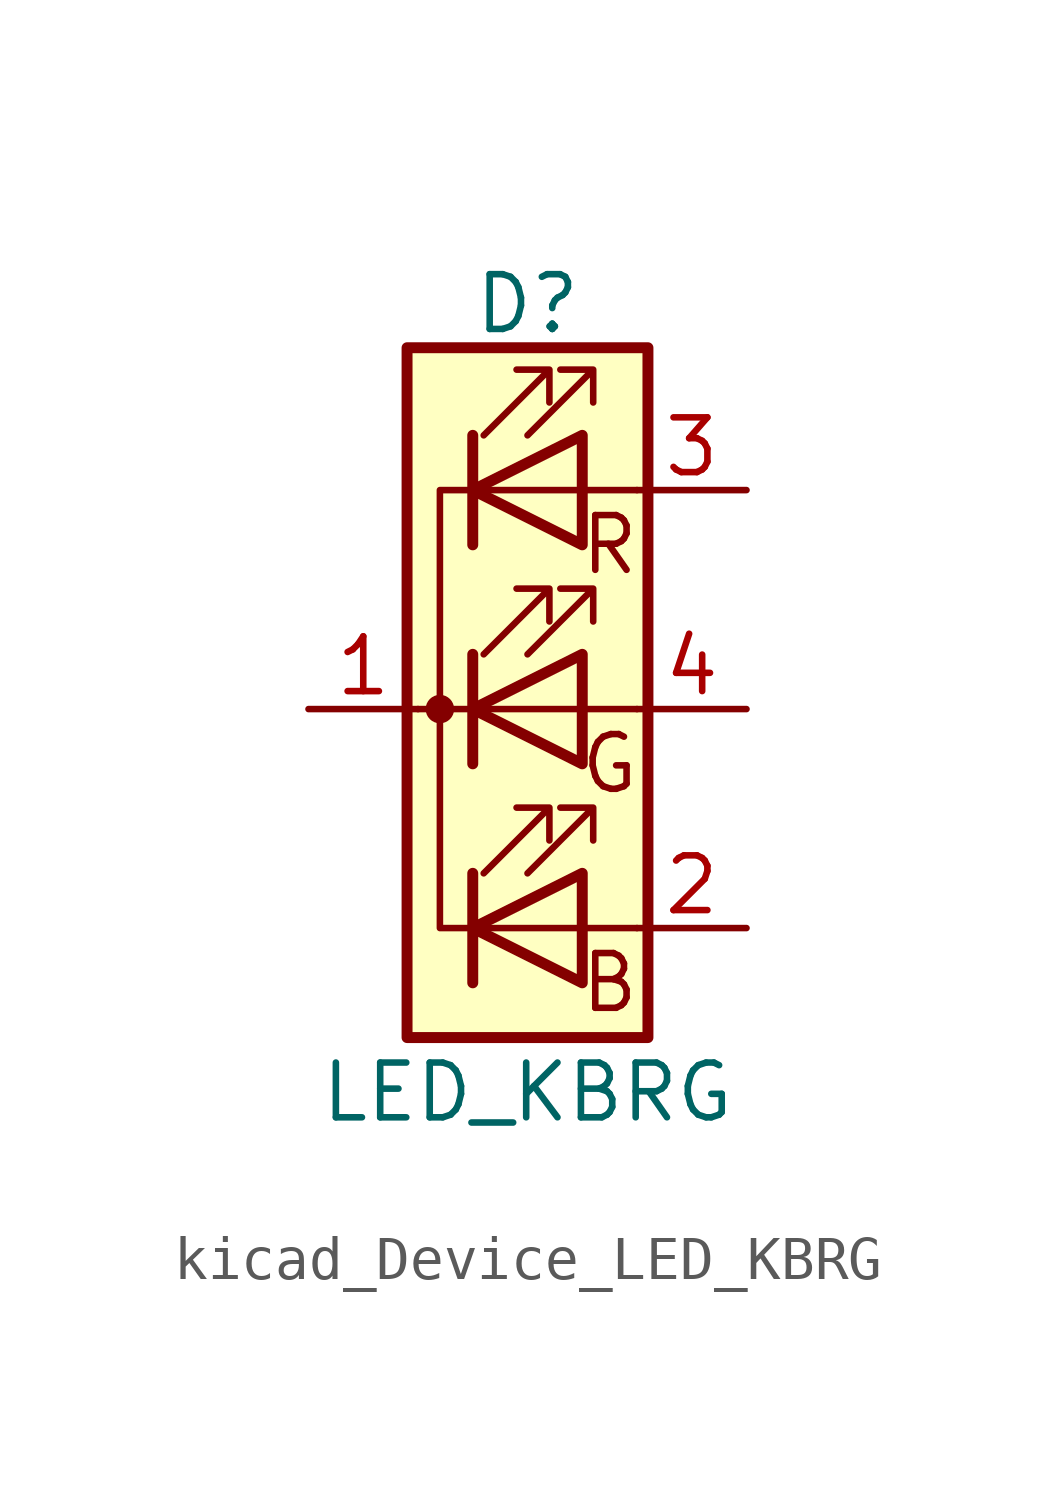
<source format=kicad_sym>
(kicad_symbol_lib
  (version 20220914)
  (generator kicad_symbol_editor)
  (symbol "kicad_Device_LED_KBRG"
    (pin_names
      (offset 0) hide)
    (property "Reference" "D"
      (at 0 9.398 0)
      (effects (font (size 1.27 1.27))))
    (property "Value" "LED_KBRG"
      (at 0 -8.89 0)
      (effects (font (size 1.27 1.27))))
    (symbol "kicad_Device_LED_KBRG_0_0"
      (text "B" (at 1.905 -6.35 0) (effects (font (size 1.27 1.27))))
      (text "G" (at 1.905 -1.27 0) (effects (font (size 1.27 1.27))))
      (text "R" (at 1.905 3.81 0) (effects (font (size 1.27 1.27)))))
    (symbol "kicad_Device_LED_KBRG_0_1"
      (circle (center -2.032 0) (radius 0.254) (stroke (width 0) (type default)) (fill (type outline)))
      (polyline (pts (xy -1.27 -5.08) (xy 1.27 -5.08)) (stroke (width 0) (type default)) (fill (type none)))
      (polyline (pts (xy -1.27 -3.81) (xy -1.27 -6.35)) (stroke (width 0.254) (type default)) (fill (type none)))
      (polyline (pts (xy -1.27 0) (xy -2.54 0)) (stroke (width 0) (type default)) (fill (type none)))
      (polyline (pts (xy -1.27 1.27) (xy -1.27 -1.27)) (stroke (width 0.254) (type default)) (fill (type none)))
      (polyline (pts (xy -1.27 5.08) (xy 1.27 5.08)) (stroke (width 0) (type default)) (fill (type none)))
      (polyline (pts (xy -1.27 6.35) (xy -1.27 3.81)) (stroke (width 0.254) (type default)) (fill (type none)))
      (polyline (pts (xy 1.27 -5.08) (xy 2.54 -5.08)) (stroke (width 0) (type default)) (fill (type none)))
      (polyline (pts (xy 1.27 0) (xy -1.27 0)) (stroke (width 0) (type default)) (fill (type none)))
      (polyline (pts (xy 1.27 0) (xy 2.54 0)) (stroke (width 0) (type default)) (fill (type none)))
      (polyline (pts (xy 1.27 5.08) (xy 2.54 5.08)) (stroke (width 0) (type default)) (fill (type none)))
      (polyline (pts (xy -1.27 1.27) (xy -1.27 -1.27) (xy -1.27 -1.27)) (stroke (width 0) (type default)) (fill (type none)))
      (polyline (pts (xy -1.27 6.35) (xy -1.27 3.81) (xy -1.27 3.81)) (stroke (width 0) (type default)) (fill (type none)))
      (polyline (pts (xy -1.27 5.08) (xy -2.032 5.08) (xy -2.032 -5.08) (xy -1.016 -5.08)) (stroke (width 0) (type default)) (fill (type none)))
      (polyline (pts (xy 1.27 -3.81) (xy 1.27 -6.35) (xy -1.27 -5.08) (xy 1.27 -3.81)) (stroke (width 0.254) (type default)) (fill (type none)))
      (polyline (pts (xy 1.27 1.27) (xy 1.27 -1.27) (xy -1.27 0) (xy 1.27 1.27)) (stroke (width 0.254) (type default)) (fill (type none)))
      (polyline (pts (xy 1.27 6.35) (xy 1.27 3.81) (xy -1.27 5.08) (xy 1.27 6.35)) (stroke (width 0.254) (type default)) (fill (type none)))
      (polyline (pts (xy -1.016 -3.81) (xy 0.508 -2.286) (xy -0.254 -2.286) (xy 0.508 -2.286) (xy 0.508 -3.048)) (stroke (width 0) (type default)) (fill (type none)))
      (polyline (pts (xy -1.016 1.27) (xy 0.508 2.794) (xy -0.254 2.794) (xy 0.508 2.794) (xy 0.508 2.032)) (stroke (width 0) (type default)) (fill (type none)))
      (polyline (pts (xy -1.016 6.35) (xy 0.508 7.874) (xy -0.254 7.874) (xy 0.508 7.874) (xy 0.508 7.112)) (stroke (width 0) (type default)) (fill (type none)))
      (polyline (pts (xy 0 -3.81) (xy 1.524 -2.286) (xy 0.762 -2.286) (xy 1.524 -2.286) (xy 1.524 -3.048)) (stroke (width 0) (type default)) (fill (type none)))
      (polyline (pts (xy 0 1.27) (xy 1.524 2.794) (xy 0.762 2.794) (xy 1.524 2.794) (xy 1.524 2.032)) (stroke (width 0) (type default)) (fill (type none)))
      (polyline (pts (xy 0 6.35) (xy 1.524 7.874) (xy 0.762 7.874) (xy 1.524 7.874) (xy 1.524 7.112)) (stroke (width 0) (type default)) (fill (type none)))
      (rectangle (start 1.27 -1.27) (end 1.27 1.27) (stroke (width 0) (type default)) (fill (type none)))
      (rectangle (start 1.27 1.27) (end 1.27 1.27) (stroke (width 0) (type default)) (fill (type none)))
      (rectangle (start 1.27 3.81) (end 1.27 6.35) (stroke (width 0) (type default)) (fill (type none)))
      (rectangle (start 1.27 6.35) (end 1.27 6.35) (stroke (width 0) (type default)) (fill (type none)))
      (rectangle (start 2.794 8.382) (end -2.794 -7.62) (stroke (width 0.254) (type default)) (fill (type background))))
    (symbol "kicad_Device_LED_KBRG_1_1"
      (pin passive line (at -5.08 0 0) (length 2.54) (name "K" (effects (font (size 1.27 1.27)))) (number "1" (effects (font (size 1.27 1.27)))))
      (pin passive line (at 5.08 -5.08 180) (length 2.54) (name "BA" (effects (font (size 1.27 1.27)))) (number "2" (effects (font (size 1.27 1.27)))))
      (pin passive line (at 5.08 5.08 180) (length 2.54) (name "RA" (effects (font (size 1.27 1.27)))) (number "3" (effects (font (size 1.27 1.27)))))
      (pin passive line (at 5.08 0 180) (length 2.54) (name "GA" (effects (font (size 1.27 1.27)))) (number "4" (effects (font (size 1.27 1.27))))))))
</source>
